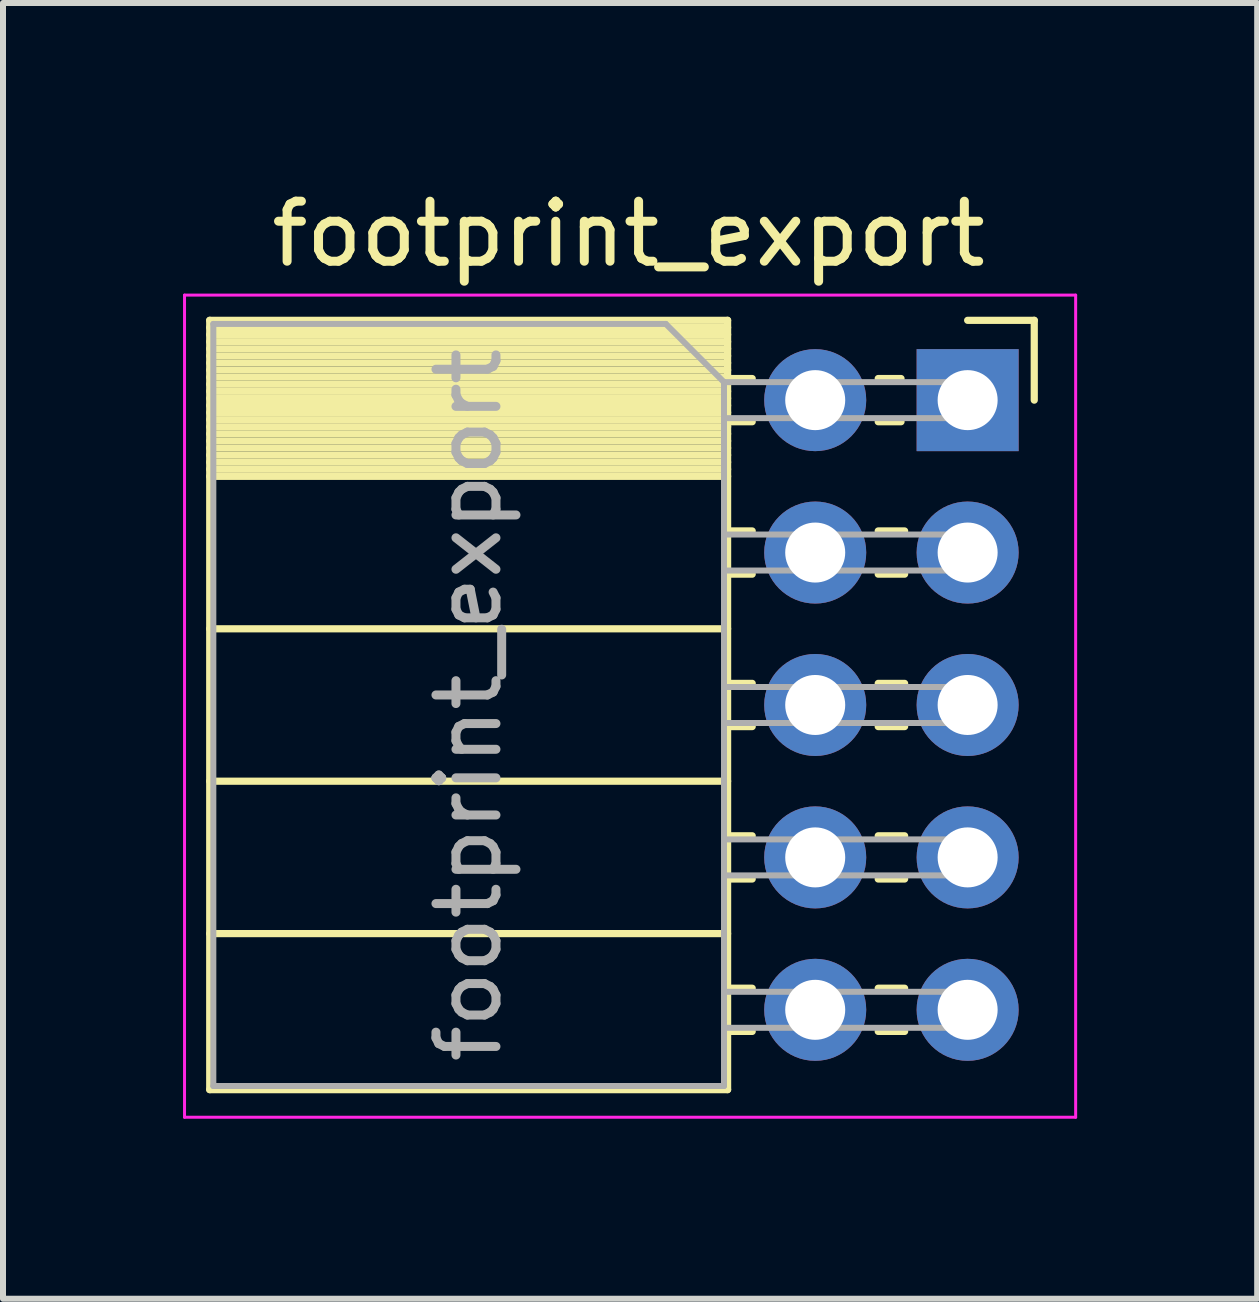
<source format=kicad_pcb>
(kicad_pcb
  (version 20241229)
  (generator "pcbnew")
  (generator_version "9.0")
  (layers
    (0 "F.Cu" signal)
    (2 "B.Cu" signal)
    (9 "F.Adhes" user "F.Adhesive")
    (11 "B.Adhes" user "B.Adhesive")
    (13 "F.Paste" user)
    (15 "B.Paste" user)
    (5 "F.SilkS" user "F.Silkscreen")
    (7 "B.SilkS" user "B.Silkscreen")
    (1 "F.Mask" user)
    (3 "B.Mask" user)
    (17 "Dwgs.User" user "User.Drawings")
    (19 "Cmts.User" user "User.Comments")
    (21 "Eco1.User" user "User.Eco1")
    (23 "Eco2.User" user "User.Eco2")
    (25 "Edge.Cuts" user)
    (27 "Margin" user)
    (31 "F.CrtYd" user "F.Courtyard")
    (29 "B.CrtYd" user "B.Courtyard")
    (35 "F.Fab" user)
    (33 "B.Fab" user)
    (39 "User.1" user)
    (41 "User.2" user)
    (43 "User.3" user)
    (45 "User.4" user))
  (footprint "footprint_export"
    (layer "F.Cu")
    (at 13.075 3.618)
    (property "Reference" "footprint_export" (at -5.65 -2.77 0) (layer "F.SilkS") (effects (font (size 1 1) (thickness 0.15))))
    (attr through_hole)
    (fp_line (start -12.63 -1.33) (end -12.63 11.49) (stroke (width 0.12) (type solid)) (layer "F.SilkS"))
    (fp_line (start -12.63 -1.33) (end -4 -1.33) (stroke (width 0.12) (type solid)) (layer "F.SilkS"))
    (fp_line (start -12.63 -1.21) (end -4 -1.21) (stroke (width 0.12) (type solid)) (layer "F.SilkS"))
    (fp_line (start -12.63 -1.092) (end -4 -1.092) (stroke (width 0.12) (type solid)) (layer "F.SilkS"))
    (fp_line (start -12.63 -0.974) (end -4 -0.974) (stroke (width 0.12) (type solid)) (layer "F.SilkS"))
    (fp_line (start -12.63 -0.856) (end -4 -0.856) (stroke (width 0.12) (type solid)) (layer "F.SilkS"))
    (fp_line (start -12.63 -0.738) (end -4 -0.738) (stroke (width 0.12) (type solid)) (layer "F.SilkS"))
    (fp_line (start -12.63 -0.62) (end -4 -0.62) (stroke (width 0.12) (type solid)) (layer "F.SilkS"))
    (fp_line (start -12.63 -0.501) (end -4 -0.501) (stroke (width 0.12) (type solid)) (layer "F.SilkS"))
    (fp_line (start -12.63 -0.383) (end -4 -0.383) (stroke (width 0.12) (type solid)) (layer "F.SilkS"))
    (fp_line (start -12.63 -0.265) (end -4 -0.265) (stroke (width 0.12) (type solid)) (layer "F.SilkS"))
    (fp_line (start -12.63 -0.147) (end -4 -0.147) (stroke (width 0.12) (type solid)) (layer "F.SilkS"))
    (fp_line (start -12.63 -0.029) (end -4 -0.029) (stroke (width 0.12) (type solid)) (layer "F.SilkS"))
    (fp_line (start -12.63 0.089) (end -4 0.089) (stroke (width 0.12) (type solid)) (layer "F.SilkS"))
    (fp_line (start -12.63 0.207) (end -4 0.207) (stroke (width 0.12) (type solid)) (layer "F.SilkS"))
    (fp_line (start -12.63 0.325) (end -4 0.325) (stroke (width 0.12) (type solid)) (layer "F.SilkS"))
    (fp_line (start -12.63 0.443) (end -4 0.443) (stroke (width 0.12) (type solid)) (layer "F.SilkS"))
    (fp_line (start -12.63 0.561) (end -4 0.561) (stroke (width 0.12) (type solid)) (layer "F.SilkS"))
    (fp_line (start -12.63 0.68) (end -4 0.68) (stroke (width 0.12) (type solid)) (layer "F.SilkS"))
    (fp_line (start -12.63 0.798) (end -4 0.798) (stroke (width 0.12) (type solid)) (layer "F.SilkS"))
    (fp_line (start -12.63 0.916) (end -4 0.916) (stroke (width 0.12) (type solid)) (layer "F.SilkS"))
    (fp_line (start -12.63 1.034) (end -4 1.034) (stroke (width 0.12) (type solid)) (layer "F.SilkS"))
    (fp_line (start -12.63 1.152) (end -4 1.152) (stroke (width 0.12) (type solid)) (layer "F.SilkS"))
    (fp_line (start -12.63 1.27) (end -4 1.27) (stroke (width 0.12) (type solid)) (layer "F.SilkS"))
    (fp_line (start -12.63 3.81) (end -4 3.81) (stroke (width 0.12) (type solid)) (layer "F.SilkS"))
    (fp_line (start -12.63 6.35) (end -4 6.35) (stroke (width 0.12) (type solid)) (layer "F.SilkS"))
    (fp_line (start -12.63 8.89) (end -4 8.89) (stroke (width 0.12) (type solid)) (layer "F.SilkS"))
    (fp_line (start -12.63 11.49) (end -4 11.49) (stroke (width 0.12) (type solid)) (layer "F.SilkS"))
    (fp_line (start -4 -1.33) (end -4 11.49) (stroke (width 0.12) (type solid)) (layer "F.SilkS"))
    (fp_line (start -4 -0.36) (end -3.59 -0.36) (stroke (width 0.12) (type solid)) (layer "F.SilkS"))
    (fp_line (start -4 0.36) (end -3.59 0.36) (stroke (width 0.12) (type solid)) (layer "F.SilkS"))
    (fp_line (start -4 2.18) (end -3.59 2.18) (stroke (width 0.12) (type solid)) (layer "F.SilkS"))
    (fp_line (start -4 2.9) (end -3.59 2.9) (stroke (width 0.12) (type solid)) (layer "F.SilkS"))
    (fp_line (start -4 4.72) (end -3.59 4.72) (stroke (width 0.12) (type solid)) (layer "F.SilkS"))
    (fp_line (start -4 5.44) (end -3.59 5.44) (stroke (width 0.12) (type solid)) (layer "F.SilkS"))
    (fp_line (start -4 7.26) (end -3.59 7.26) (stroke (width 0.12) (type solid)) (layer "F.SilkS"))
    (fp_line (start -4 7.98) (end -3.59 7.98) (stroke (width 0.12) (type solid)) (layer "F.SilkS"))
    (fp_line (start -4 9.8) (end -3.59 9.8) (stroke (width 0.12) (type solid)) (layer "F.SilkS"))
    (fp_line (start -4 10.52) (end -3.59 10.52) (stroke (width 0.12) (type solid)) (layer "F.SilkS"))
    (fp_line (start -1.49 -0.36) (end -1.11 -0.36) (stroke (width 0.12) (type solid)) (layer "F.SilkS"))
    (fp_line (start -1.49 0.36) (end -1.11 0.36) (stroke (width 0.12) (type solid)) (layer "F.SilkS"))
    (fp_line (start -1.49 2.18) (end -1.05 2.18) (stroke (width 0.12) (type solid)) (layer "F.SilkS"))
    (fp_line (start -1.49 2.9) (end -1.05 2.9) (stroke (width 0.12) (type solid)) (layer "F.SilkS"))
    (fp_line (start -1.49 4.72) (end -1.05 4.72) (stroke (width 0.12) (type solid)) (layer "F.SilkS"))
    (fp_line (start -1.49 5.44) (end -1.05 5.44) (stroke (width 0.12) (type solid)) (layer "F.SilkS"))
    (fp_line (start -1.49 7.26) (end -1.05 7.26) (stroke (width 0.12) (type solid)) (layer "F.SilkS"))
    (fp_line (start -1.49 7.98) (end -1.05 7.98) (stroke (width 0.12) (type solid)) (layer "F.SilkS"))
    (fp_line (start -1.49 9.8) (end -1.05 9.8) (stroke (width 0.12) (type solid)) (layer "F.SilkS"))
    (fp_line (start -1.49 10.52) (end -1.05 10.52) (stroke (width 0.12) (type solid)) (layer "F.SilkS"))
    (fp_line (start 0 -1.33) (end 1.11 -1.33) (stroke (width 0.12) (type solid)) (layer "F.SilkS"))
    (fp_line (start 1.11 -1.33) (end 1.11 0) (stroke (width 0.12) (type solid)) (layer "F.SilkS"))
    (fp_line (start -13.05 -1.75) (end -13.05 11.95) (stroke (width 0.05) (type solid)) (layer "F.CrtYd"))
    (fp_line (start -13.05 11.95) (end 1.8 11.95) (stroke (width 0.05) (type solid)) (layer "F.CrtYd"))
    (fp_line (start 1.8 -1.75) (end -13.05 -1.75) (stroke (width 0.05) (type solid)) (layer "F.CrtYd"))
    (fp_line (start 1.8 11.95) (end 1.8 -1.75) (stroke (width 0.05) (type solid)) (layer "F.CrtYd"))
    (fp_line (start -12.57 -1.27) (end -5.03 -1.27) (stroke (width 0.1) (type solid)) (layer "F.Fab"))
    (fp_line (start -12.57 11.43) (end -12.57 -1.27) (stroke (width 0.1) (type solid)) (layer "F.Fab"))
    (fp_line (start -5.03 -1.27) (end -4.06 -0.3) (stroke (width 0.1) (type solid)) (layer "F.Fab"))
    (fp_line (start -4.06 -0.3) (end -4.06 11.43) (stroke (width 0.1) (type solid)) (layer "F.Fab"))
    (fp_line (start -4.06 0.3) (end 0 0.3) (stroke (width 0.1) (type solid)) (layer "F.Fab"))
    (fp_line (start -4.06 2.84) (end 0 2.84) (stroke (width 0.1) (type solid)) (layer "F.Fab"))
    (fp_line (start -4.06 5.38) (end 0 5.38) (stroke (width 0.1) (type solid)) (layer "F.Fab"))
    (fp_line (start -4.06 7.92) (end 0 7.92) (stroke (width 0.1) (type solid)) (layer "F.Fab"))
    (fp_line (start -4.06 10.46) (end 0 10.46) (stroke (width 0.1) (type solid)) (layer "F.Fab"))
    (fp_line (start -4.06 11.43) (end -12.57 11.43) (stroke (width 0.1) (type solid)) (layer "F.Fab"))
    (fp_line (start 0 -0.3) (end -4.06 -0.3) (stroke (width 0.1) (type solid)) (layer "F.Fab"))
    (fp_line (start 0 0.3) (end 0 -0.3) (stroke (width 0.1) (type solid)) (layer "F.Fab"))
    (fp_line (start 0 2.24) (end -4.06 2.24) (stroke (width 0.1) (type solid)) (layer "F.Fab"))
    (fp_line (start 0 2.84) (end 0 2.24) (stroke (width 0.1) (type solid)) (layer "F.Fab"))
    (fp_line (start 0 4.78) (end -4.06 4.78) (stroke (width 0.1) (type solid)) (layer "F.Fab"))
    (fp_line (start 0 5.38) (end 0 4.78) (stroke (width 0.1) (type solid)) (layer "F.Fab"))
    (fp_line (start 0 7.32) (end -4.06 7.32) (stroke (width 0.1) (type solid)) (layer "F.Fab"))
    (fp_line (start 0 7.92) (end 0 7.32) (stroke (width 0.1) (type solid)) (layer "F.Fab"))
    (fp_line (start 0 9.86) (end -4.06 9.86) (stroke (width 0.1) (type solid)) (layer "F.Fab"))
    (fp_line (start 0 10.46) (end 0 9.86) (stroke (width 0.1) (type solid)) (layer "F.Fab"))
    (fp_text user "${REFERENCE}" (at -8.315 5.08 90) (layer "F.Fab") (effects (font (size 1 1) (thickness 0.15))))
    (pad "1" thru_hole rect (at 0 0) (size 1.7 1.7) (drill 1) (layers "*.Cu" "*.Mask"))
    (pad "2" thru_hole oval (at -2.54 0) (size 1.7 1.7) (drill 1) (layers "*.Cu" "*.Mask"))
    (pad "3" thru_hole oval (at 0 2.54) (size 1.7 1.7) (drill 1) (layers "*.Cu" "*.Mask"))
    (pad "4" thru_hole oval (at -2.54 2.54) (size 1.7 1.7) (drill 1) (layers "*.Cu" "*.Mask"))
    (pad "5" thru_hole oval (at 0 5.08) (size 1.7 1.7) (drill 1) (layers "*.Cu" "*.Mask"))
    (pad "6" thru_hole oval (at -2.54 5.08) (size 1.7 1.7) (drill 1) (layers "*.Cu" "*.Mask"))
    (pad "7" thru_hole oval (at 0 7.62) (size 1.7 1.7) (drill 1) (layers "*.Cu" "*.Mask"))
    (pad "8" thru_hole oval (at -2.54 7.62) (size 1.7 1.7) (drill 1) (layers "*.Cu" "*.Mask"))
    (pad "9" thru_hole oval (at 0 10.16) (size 1.7 1.7) (drill 1) (layers "*.Cu" "*.Mask"))
    (pad "10" thru_hole oval (at -2.54 10.16) (size 1.7 1.7) (drill 1) (layers "*.Cu" "*.Mask")))
  (gr_rect
    (start -3 -3)
    (end 17.9 18.593)
    (stroke (width 0.1) (type default))
    (fill no)
    (layer "Edge.Cuts")))
</source>
